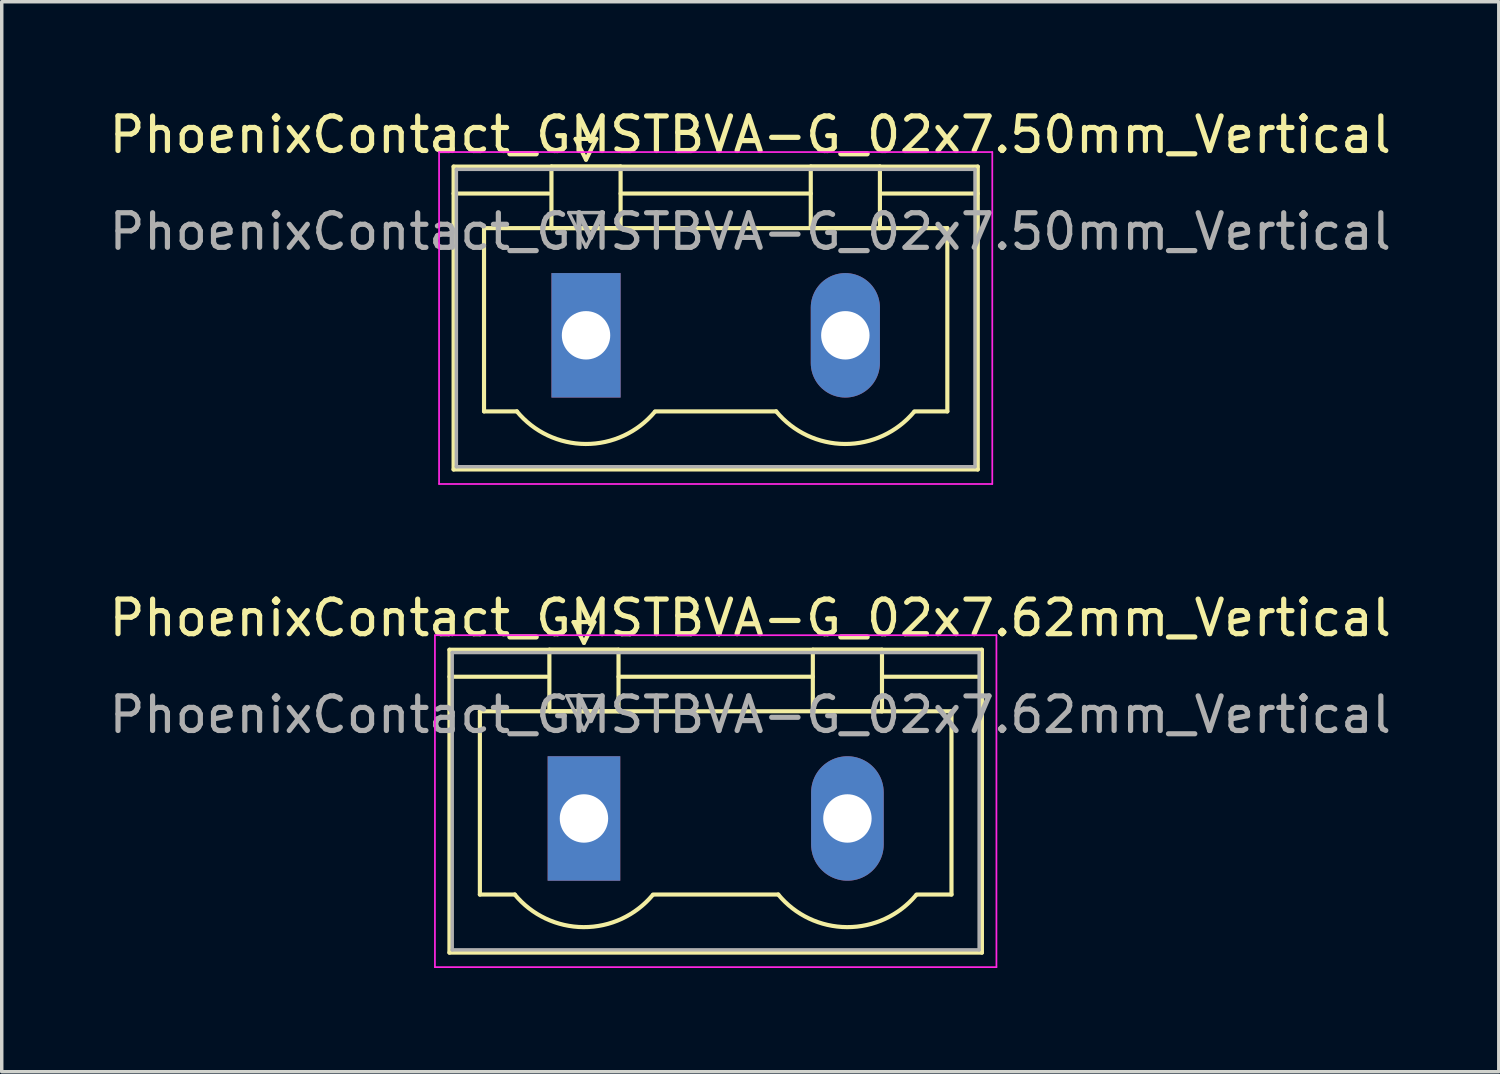
<source format=kicad_pcb>
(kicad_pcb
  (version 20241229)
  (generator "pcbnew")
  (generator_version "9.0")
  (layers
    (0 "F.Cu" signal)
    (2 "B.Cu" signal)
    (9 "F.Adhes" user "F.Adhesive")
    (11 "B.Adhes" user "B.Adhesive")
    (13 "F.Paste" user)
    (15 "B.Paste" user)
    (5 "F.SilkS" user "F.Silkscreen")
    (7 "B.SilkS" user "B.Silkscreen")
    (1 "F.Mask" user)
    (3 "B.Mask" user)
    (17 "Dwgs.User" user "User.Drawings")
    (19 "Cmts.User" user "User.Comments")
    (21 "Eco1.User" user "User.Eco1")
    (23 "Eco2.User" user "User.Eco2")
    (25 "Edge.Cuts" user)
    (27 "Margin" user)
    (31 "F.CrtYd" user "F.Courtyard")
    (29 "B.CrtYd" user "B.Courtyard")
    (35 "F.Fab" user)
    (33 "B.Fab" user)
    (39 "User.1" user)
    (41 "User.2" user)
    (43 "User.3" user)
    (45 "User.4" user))
  (footprint "PhoenixContact_GMSTBVA-G_02x7.62mm_Vertical"
    (layer "F.Cu")
    (at 13.839 20.622)
    (property "Reference" "PhoenixContact_GMSTBVA-G_02x7.62mm_Vertical" (at 4.81 -5.8 0) (layer "F.SilkS") (effects (font (size 1 1) (thickness 0.15))))
    (attr through_hole)
    (fp_line (start -3.89 -4.88) (end -3.89 3.88) (stroke (width 0.12) (type solid)) (layer "F.SilkS"))
    (fp_line (start -3.89 -4.1) (end -1.08 -4.1) (stroke (width 0.12) (type solid)) (layer "F.SilkS"))
    (fp_line (start -3.89 3.88) (end 11.51 3.88) (stroke (width 0.12) (type solid)) (layer "F.SilkS"))
    (fp_line (start -3.01 -3.1) (end 10.63 -3.1) (stroke (width 0.12) (type solid)) (layer "F.SilkS"))
    (fp_line (start -3.01 2.2) (end -3.01 -3.1) (stroke (width 0.12) (type solid)) (layer "F.SilkS"))
    (fp_line (start -2 2.2) (end -3.01 2.2) (stroke (width 0.12) (type solid)) (layer "F.SilkS"))
    (fp_line (start -1 -4.88) (end 1 -4.88) (stroke (width 0.12) (type solid)) (layer "F.SilkS"))
    (fp_line (start -1 -3.1) (end -1 -4.88) (stroke (width 0.12) (type solid)) (layer "F.SilkS"))
    (fp_line (start -0.3 -5.68) (end 0.3 -5.68) (stroke (width 0.12) (type solid)) (layer "F.SilkS"))
    (fp_line (start 0 -5.08) (end -0.3 -5.68) (stroke (width 0.12) (type solid)) (layer "F.SilkS"))
    (fp_line (start 0.3 -5.68) (end 0 -5.08) (stroke (width 0.12) (type solid)) (layer "F.SilkS"))
    (fp_line (start 1 -4.88) (end 1 -3.1) (stroke (width 0.12) (type solid)) (layer "F.SilkS"))
    (fp_line (start 1 -4.1) (end 6.62 -4.1) (stroke (width 0.12) (type solid)) (layer "F.SilkS"))
    (fp_line (start 1 -3.1) (end -1 -3.1) (stroke (width 0.12) (type solid)) (layer "F.SilkS"))
    (fp_line (start 2 2.2) (end 5.62 2.2) (stroke (width 0.12) (type solid)) (layer "F.SilkS"))
    (fp_line (start 6.62 -4.88) (end 8.62 -4.88) (stroke (width 0.12) (type solid)) (layer "F.SilkS"))
    (fp_line (start 6.62 -3.1) (end 6.62 -4.88) (stroke (width 0.12) (type solid)) (layer "F.SilkS"))
    (fp_line (start 8.62 -4.88) (end 8.62 -3.1) (stroke (width 0.12) (type solid)) (layer "F.SilkS"))
    (fp_line (start 8.62 -3.1) (end 6.62 -3.1) (stroke (width 0.12) (type solid)) (layer "F.SilkS"))
    (fp_line (start 10.63 -3.1) (end 10.63 2.2) (stroke (width 0.12) (type solid)) (layer "F.SilkS"))
    (fp_line (start 10.63 2.2) (end 9.62 2.2) (stroke (width 0.12) (type solid)) (layer "F.SilkS"))
    (fp_line (start 11.51 -4.88) (end -3.89 -4.88) (stroke (width 0.12) (type solid)) (layer "F.SilkS"))
    (fp_line (start 11.51 -4.1) (end 8.7 -4.1) (stroke (width 0.12) (type solid)) (layer "F.SilkS"))
    (fp_line (start 11.51 3.88) (end 11.51 -4.88) (stroke (width 0.12) (type solid)) (layer "F.SilkS"))
    (fp_arc (start 1.986842 2.215821) (mid -0.010289 3.142758) (end -2 2.2) (stroke (width 0.12) (type solid)) (layer "F.SilkS"))
    (fp_arc (start 9.606842 2.215821) (mid 7.609711 3.142758) (end 5.62 2.2) (stroke (width 0.12) (type solid)) (layer "F.SilkS"))
    (fp_line (start -4.31 -5.3) (end -4.31 4.3) (stroke (width 0.05) (type solid)) (layer "F.CrtYd"))
    (fp_line (start -4.31 4.3) (end 11.93 4.3) (stroke (width 0.05) (type solid)) (layer "F.CrtYd"))
    (fp_line (start 11.93 -5.3) (end -4.31 -5.3) (stroke (width 0.05) (type solid)) (layer "F.CrtYd"))
    (fp_line (start 11.93 4.3) (end 11.93 -5.3) (stroke (width 0.05) (type solid)) (layer "F.CrtYd"))
    (fp_line (start -3.81 -4.8) (end -3.81 3.8) (stroke (width 0.1) (type solid)) (layer "F.Fab"))
    (fp_line (start -3.81 3.8) (end 11.43 3.8) (stroke (width 0.1) (type solid)) (layer "F.Fab"))
    (fp_line (start -0.5 -3.55) (end 0.5 -3.55) (stroke (width 0.1) (type solid)) (layer "F.Fab"))
    (fp_line (start 0 -2.55) (end -0.5 -3.55) (stroke (width 0.1) (type solid)) (layer "F.Fab"))
    (fp_line (start 0.5 -3.55) (end 0 -2.55) (stroke (width 0.1) (type solid)) (layer "F.Fab"))
    (fp_line (start 11.43 -4.8) (end -3.81 -4.8) (stroke (width 0.1) (type solid)) (layer "F.Fab"))
    (fp_line (start 11.43 3.8) (end 11.43 -4.8) (stroke (width 0.1) (type solid)) (layer "F.Fab"))
    (fp_text user "${REFERENCE}" (at 4.81 -3 0) (layer "F.Fab") (effects (font (size 1 1) (thickness 0.15))))
    (pad "1" thru_hole rect (at 0 0) (size 2.1 3.6) (drill 1.4) (layers "*.Cu" "*.Mask"))
    (pad "2" thru_hole oval (at 7.62 0) (size 2.1 3.6) (drill 1.4) (layers "*.Cu" "*.Mask")))
  (footprint "PhoenixContact_GMSTBVA-G_02x7.50mm_Vertical"
    (layer "F.Cu")
    (at 13.899 6.648)
    (property "Reference" "PhoenixContact_GMSTBVA-G_02x7.50mm_Vertical" (at 4.75 -5.8 0) (layer "F.SilkS") (effects (font (size 1 1) (thickness 0.15))))
    (attr through_hole)
    (fp_line (start -3.83 -4.88) (end -3.83 3.88) (stroke (width 0.12) (type solid)) (layer "F.SilkS"))
    (fp_line (start -3.83 -4.1) (end -1.08 -4.1) (stroke (width 0.12) (type solid)) (layer "F.SilkS"))
    (fp_line (start -3.83 3.88) (end 11.33 3.88) (stroke (width 0.12) (type solid)) (layer "F.SilkS"))
    (fp_line (start -2.95 -3.1) (end 10.45 -3.1) (stroke (width 0.12) (type solid)) (layer "F.SilkS"))
    (fp_line (start -2.95 2.2) (end -2.95 -3.1) (stroke (width 0.12) (type solid)) (layer "F.SilkS"))
    (fp_line (start -2 2.2) (end -2.95 2.2) (stroke (width 0.12) (type solid)) (layer "F.SilkS"))
    (fp_line (start -1 -4.88) (end 1 -4.88) (stroke (width 0.12) (type solid)) (layer "F.SilkS"))
    (fp_line (start -1 -3.1) (end -1 -4.88) (stroke (width 0.12) (type solid)) (layer "F.SilkS"))
    (fp_line (start -0.3 -5.68) (end 0.3 -5.68) (stroke (width 0.12) (type solid)) (layer "F.SilkS"))
    (fp_line (start 0 -5.08) (end -0.3 -5.68) (stroke (width 0.12) (type solid)) (layer "F.SilkS"))
    (fp_line (start 0.3 -5.68) (end 0 -5.08) (stroke (width 0.12) (type solid)) (layer "F.SilkS"))
    (fp_line (start 1 -4.88) (end 1 -3.1) (stroke (width 0.12) (type solid)) (layer "F.SilkS"))
    (fp_line (start 1 -4.1) (end 6.5 -4.1) (stroke (width 0.12) (type solid)) (layer "F.SilkS"))
    (fp_line (start 1 -3.1) (end -1 -3.1) (stroke (width 0.12) (type solid)) (layer "F.SilkS"))
    (fp_line (start 2 2.2) (end 5.5 2.2) (stroke (width 0.12) (type solid)) (layer "F.SilkS"))
    (fp_line (start 6.5 -4.88) (end 8.5 -4.88) (stroke (width 0.12) (type solid)) (layer "F.SilkS"))
    (fp_line (start 6.5 -3.1) (end 6.5 -4.88) (stroke (width 0.12) (type solid)) (layer "F.SilkS"))
    (fp_line (start 8.5 -4.88) (end 8.5 -3.1) (stroke (width 0.12) (type solid)) (layer "F.SilkS"))
    (fp_line (start 8.5 -3.1) (end 6.5 -3.1) (stroke (width 0.12) (type solid)) (layer "F.SilkS"))
    (fp_line (start 10.45 -3.1) (end 10.45 2.2) (stroke (width 0.12) (type solid)) (layer "F.SilkS"))
    (fp_line (start 10.45 2.2) (end 9.5 2.2) (stroke (width 0.12) (type solid)) (layer "F.SilkS"))
    (fp_line (start 11.33 -4.88) (end -3.83 -4.88) (stroke (width 0.12) (type solid)) (layer "F.SilkS"))
    (fp_line (start 11.33 -4.1) (end 8.58 -4.1) (stroke (width 0.12) (type solid)) (layer "F.SilkS"))
    (fp_line (start 11.33 3.88) (end 11.33 -4.88) (stroke (width 0.12) (type solid)) (layer "F.SilkS"))
    (fp_arc (start 1.986842 2.215821) (mid -0.010289 3.142758) (end -2 2.2) (stroke (width 0.12) (type solid)) (layer "F.SilkS"))
    (fp_arc (start 9.486842 2.215821) (mid 7.489711 3.142758) (end 5.5 2.2) (stroke (width 0.12) (type solid)) (layer "F.SilkS"))
    (fp_line (start -4.25 -5.3) (end -4.25 4.3) (stroke (width 0.05) (type solid)) (layer "F.CrtYd"))
    (fp_line (start -4.25 4.3) (end 11.75 4.3) (stroke (width 0.05) (type solid)) (layer "F.CrtYd"))
    (fp_line (start 11.75 -5.3) (end -4.25 -5.3) (stroke (width 0.05) (type solid)) (layer "F.CrtYd"))
    (fp_line (start 11.75 4.3) (end 11.75 -5.3) (stroke (width 0.05) (type solid)) (layer "F.CrtYd"))
    (fp_line (start -3.75 -4.8) (end -3.75 3.8) (stroke (width 0.1) (type solid)) (layer "F.Fab"))
    (fp_line (start -3.75 3.8) (end 11.25 3.8) (stroke (width 0.1) (type solid)) (layer "F.Fab"))
    (fp_line (start -0.5 -3.55) (end 0.5 -3.55) (stroke (width 0.1) (type solid)) (layer "F.Fab"))
    (fp_line (start 0 -2.55) (end -0.5 -3.55) (stroke (width 0.1) (type solid)) (layer "F.Fab"))
    (fp_line (start 0.5 -3.55) (end 0 -2.55) (stroke (width 0.1) (type solid)) (layer "F.Fab"))
    (fp_line (start 11.25 -4.8) (end -3.75 -4.8) (stroke (width 0.1) (type solid)) (layer "F.Fab"))
    (fp_line (start 11.25 3.8) (end 11.25 -4.8) (stroke (width 0.1) (type solid)) (layer "F.Fab"))
    (fp_text user "${REFERENCE}" (at 4.75 -3 0) (layer "F.Fab") (effects (font (size 1 1) (thickness 0.15))))
    (pad "1" thru_hole rect (at 0 0) (size 2 3.6) (drill 1.4) (layers "*.Cu" "*.Mask"))
    (pad "2" thru_hole oval (at 7.5 0) (size 2 3.6) (drill 1.4) (layers "*.Cu" "*.Mask")))
  (gr_rect
    (start -3 -3)
    (end 40.298 27.947)
    (stroke (width 0.1) (type default))
    (fill no)
    (layer "Edge.Cuts")))
</source>
